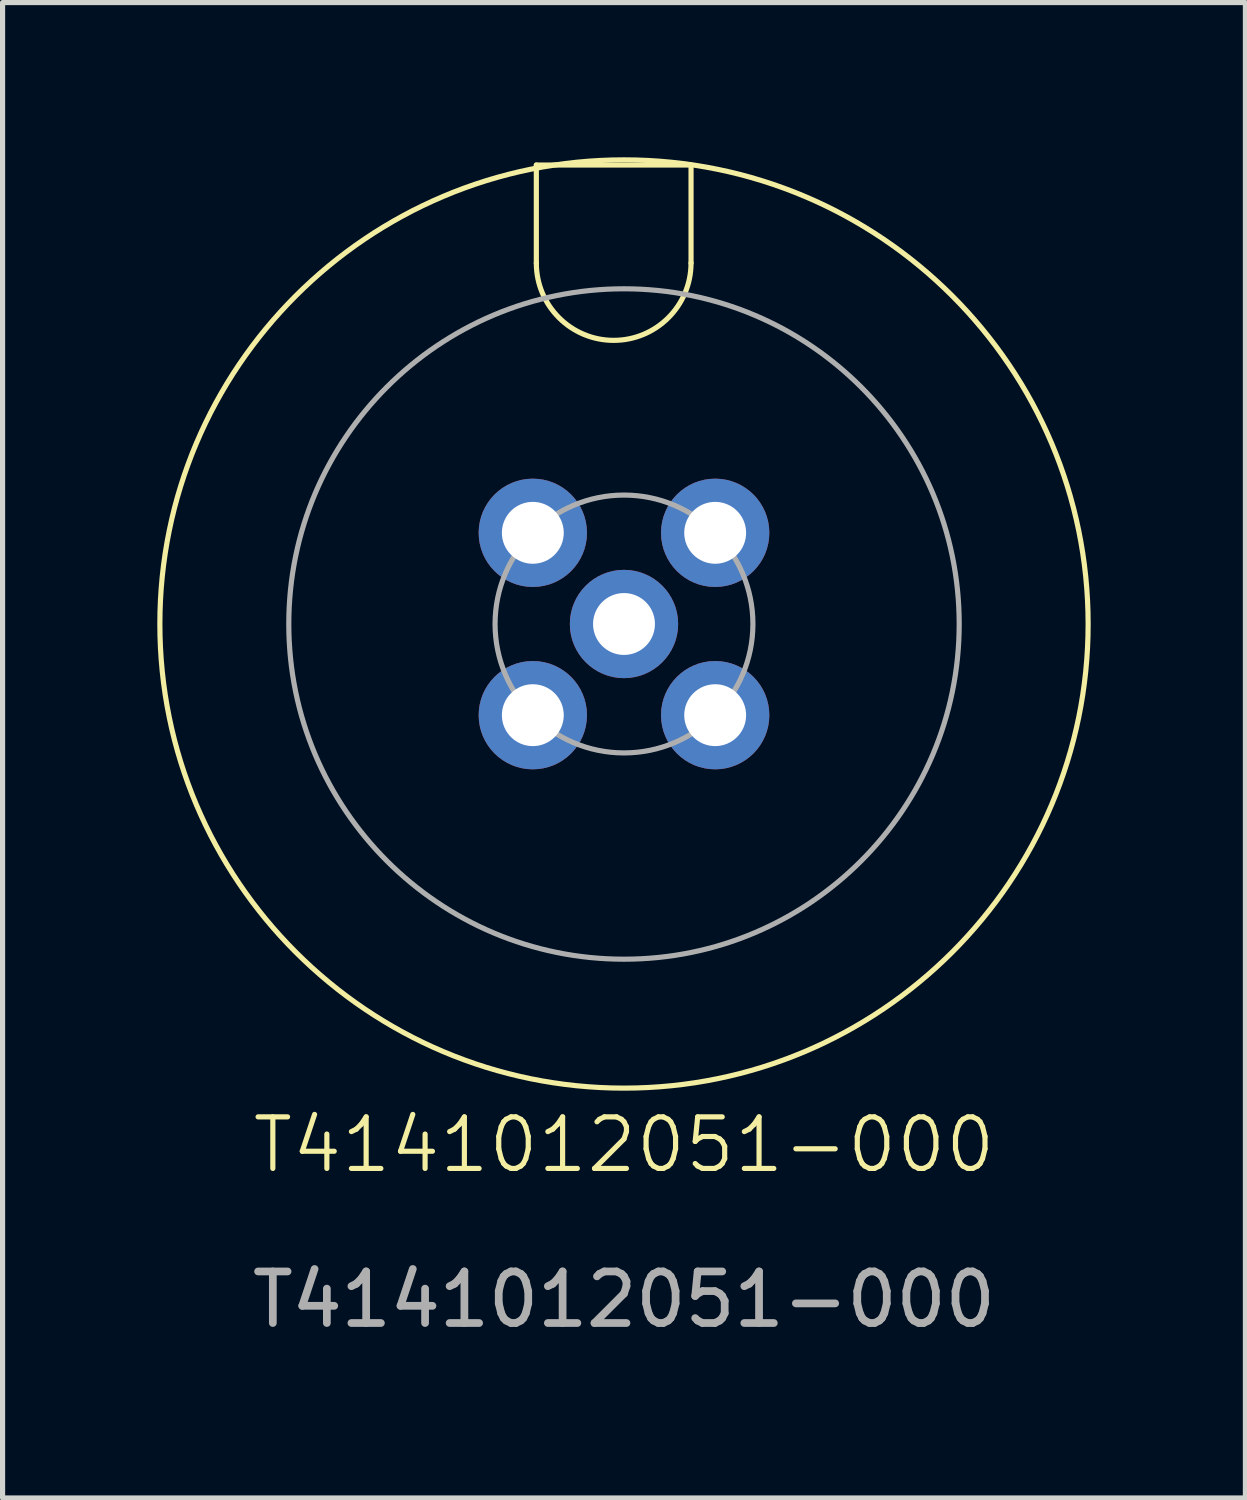
<source format=kicad_pcb>
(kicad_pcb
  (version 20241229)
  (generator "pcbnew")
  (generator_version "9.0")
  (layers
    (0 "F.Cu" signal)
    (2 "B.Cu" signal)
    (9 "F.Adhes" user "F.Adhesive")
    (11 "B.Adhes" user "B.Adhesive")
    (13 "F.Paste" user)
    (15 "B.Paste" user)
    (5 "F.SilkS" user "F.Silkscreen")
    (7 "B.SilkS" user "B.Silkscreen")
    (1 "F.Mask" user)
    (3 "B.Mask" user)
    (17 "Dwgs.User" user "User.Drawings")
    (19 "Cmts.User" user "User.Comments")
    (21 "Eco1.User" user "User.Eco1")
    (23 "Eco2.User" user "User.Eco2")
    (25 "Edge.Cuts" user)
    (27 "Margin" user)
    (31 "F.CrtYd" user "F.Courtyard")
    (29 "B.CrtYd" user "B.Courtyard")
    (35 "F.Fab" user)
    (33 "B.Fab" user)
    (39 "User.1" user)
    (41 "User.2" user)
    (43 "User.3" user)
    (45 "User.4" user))
  (footprint "T4141012051-000"
    (layer "F.Cu")
    (at 9.05 9.05)
    (property "Reference" "T4141012051-000" (at 0 10.1 0) (unlocked yes) (layer "F.SilkS") (effects (font (size 1 1) (thickness 0.1))))
    (fp_line (start -1.7 -8.9) (end -1.7 -7) (stroke (width 0.1) (type default)) (layer "F.SilkS"))
    (fp_line (start 1.3 -8.9) (end -1.7 -8.9) (stroke (width 0.1) (type default)) (layer "F.SilkS"))
    (fp_line (start 1.3 -7) (end 1.3 -8.9) (stroke (width 0.1) (type default)) (layer "F.SilkS"))
    (fp_arc (start 1.3 -7) (mid -0.2 -5.5) (end -1.7 -7) (stroke (width 0.1) (type default)) (layer "F.SilkS"))
    (fp_circle (center 0 0) (end 9 0) (stroke (width 0.1) (type default)) (fill no) (layer "F.SilkS"))
    (fp_circle (center 0 0) (end 2.5 0) (stroke (width 0.1) (type default)) (fill no) (layer "F.Fab"))
    (fp_circle (center 0 0) (end 6.5 0) (stroke (width 0.1) (type default)) (fill no) (layer "F.Fab"))
    (fp_text user "${REFERENCE}" (at 0 13.1 0) (unlocked yes) (layer "F.Fab") (effects (font (size 1 1) (thickness 0.15))))
    (pad "1" thru_hole circle (at -1.768 -1.768) (size 2.1 2.1) (drill 1.2) (layers "*.Cu" "*.Mask"))
    (pad "2" thru_hole circle (at 1.768 -1.768) (size 2.1 2.1) (drill 1.2) (layers "*.Cu" "*.Mask"))
    (pad "3" thru_hole circle (at 1.768 1.768) (size 2.1 2.1) (drill 1.2) (layers "*.Cu" "*.Mask"))
    (pad "4" thru_hole circle (at -1.768 1.768) (size 2.1 2.1) (drill 1.2) (layers "*.Cu" "*.Mask"))
    (pad "5" thru_hole circle (at 0 0) (size 2.1 2.1) (drill 1.2) (layers "*.Cu" "*.Mask")))
  (gr_rect
    (start -3 -3)
    (end 21.1 25.998)
    (stroke (width 0.1) (type default))
    (fill no)
    (layer "Edge.Cuts")))
</source>
